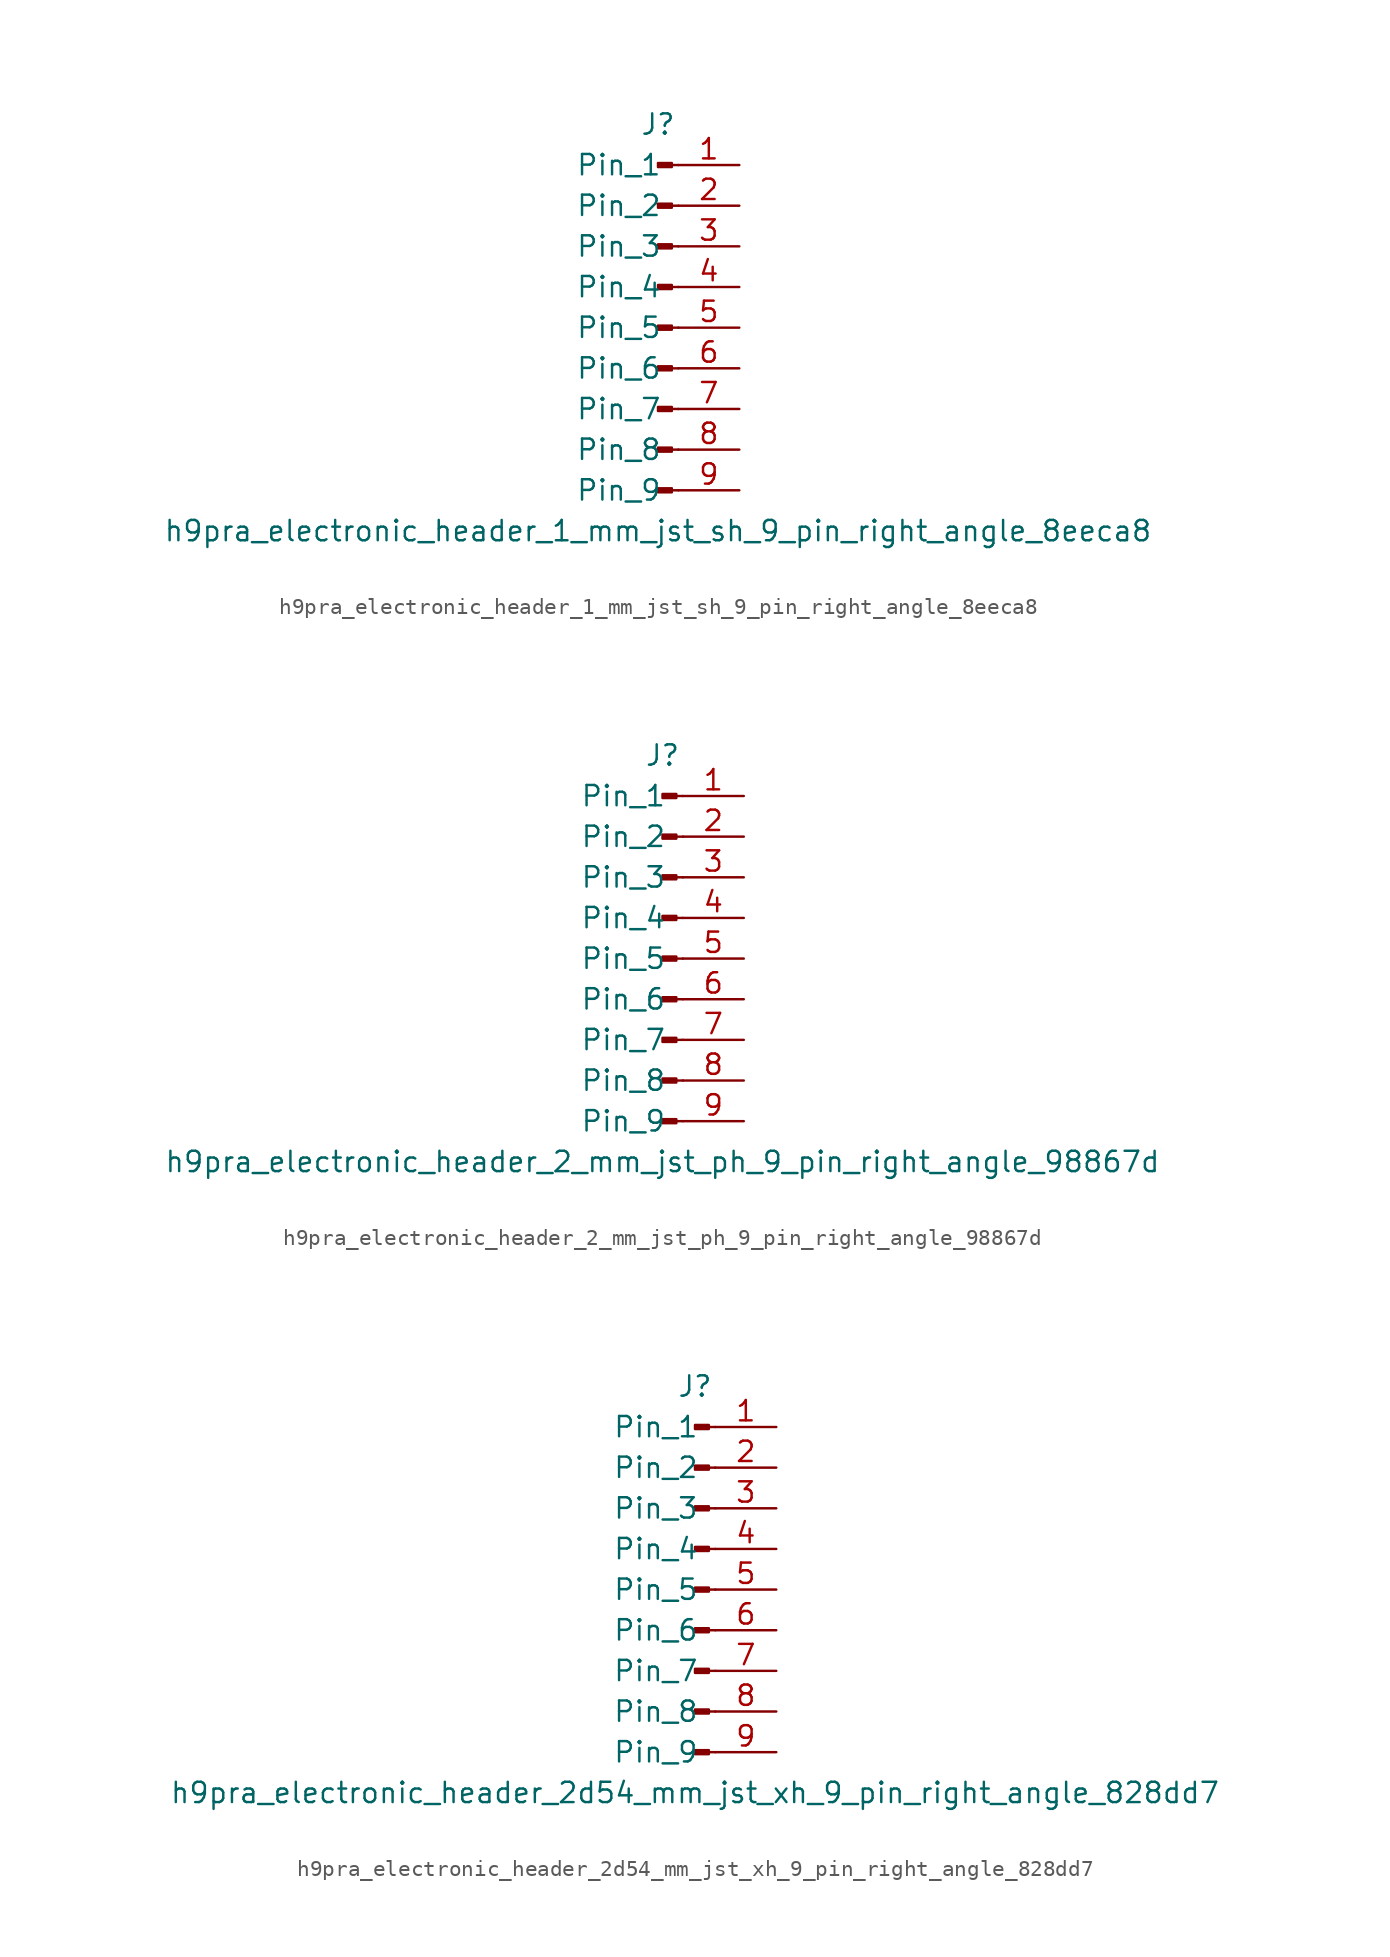
<source format=kicad_sym>
(kicad_symbol_lib
  (version 20220914)
  (generator kicad_symbol_editor)
  (symbol "h9pra_electronic_header_1_mm_jst_sh_9_pin_right_angle_8eeca8"
    (pin_names
      (offset 1.016))
    (property "Reference" "J"
      (at 0 12.7 0)
      (effects (font (size 1.27 1.27))))
    (property "Value" "h9pra_electronic_header_1_mm_jst_sh_9_pin_right_angle_8eeca8"
      (at 0 -12.7 0)
      (effects (font (size 1.27 1.27))))
    (property "ki_locked" ""
      (at 0 0 0)
      (effects (font (size 1.27 1.27))))
    (symbol "h9pra_electronic_header_1_mm_jst_sh_9_pin_right_angle_8eeca8_1_1"
      (polyline (pts (xy 1.27 -10.16) (xy 0.864 -10.16)) (stroke (width 0.152) (type default)) (fill (type none)))
      (polyline (pts (xy 1.27 -7.62) (xy 0.864 -7.62)) (stroke (width 0.152) (type default)) (fill (type none)))
      (polyline (pts (xy 1.27 -5.08) (xy 0.864 -5.08)) (stroke (width 0.152) (type default)) (fill (type none)))
      (polyline (pts (xy 1.27 -2.54) (xy 0.864 -2.54)) (stroke (width 0.152) (type default)) (fill (type none)))
      (polyline (pts (xy 1.27 0) (xy 0.864 0)) (stroke (width 0.152) (type default)) (fill (type none)))
      (polyline (pts (xy 1.27 2.54) (xy 0.864 2.54)) (stroke (width 0.152) (type default)) (fill (type none)))
      (polyline (pts (xy 1.27 5.08) (xy 0.864 5.08)) (stroke (width 0.152) (type default)) (fill (type none)))
      (polyline (pts (xy 1.27 7.62) (xy 0.864 7.62)) (stroke (width 0.152) (type default)) (fill (type none)))
      (polyline (pts (xy 1.27 10.16) (xy 0.864 10.16)) (stroke (width 0.152) (type default)) (fill (type none)))
      (rectangle (start 0.864 -10.033) (end 0 -10.287) (stroke (width 0.152) (type default)) (fill (type outline)))
      (rectangle (start 0.864 -7.493) (end 0 -7.747) (stroke (width 0.152) (type default)) (fill (type outline)))
      (rectangle (start 0.864 -4.953) (end 0 -5.207) (stroke (width 0.152) (type default)) (fill (type outline)))
      (rectangle (start 0.864 -2.413) (end 0 -2.667) (stroke (width 0.152) (type default)) (fill (type outline)))
      (rectangle (start 0.864 0.127) (end 0 -0.127) (stroke (width 0.152) (type default)) (fill (type outline)))
      (rectangle (start 0.864 2.667) (end 0 2.413) (stroke (width 0.152) (type default)) (fill (type outline)))
      (rectangle (start 0.864 5.207) (end 0 4.953) (stroke (width 0.152) (type default)) (fill (type outline)))
      (rectangle (start 0.864 7.747) (end 0 7.493) (stroke (width 0.152) (type default)) (fill (type outline)))
      (rectangle (start 0.864 10.287) (end 0 10.033) (stroke (width 0.152) (type default)) (fill (type outline)))
      (pin passive line (at 5.08 10.16 180) (length 3.81) (name "Pin_1" (effects (font (size 1.27 1.27)))) (number "1" (effects (font (size 1.27 1.27)))))
      (pin passive line (at 5.08 7.62 180) (length 3.81) (name "Pin_2" (effects (font (size 1.27 1.27)))) (number "2" (effects (font (size 1.27 1.27)))))
      (pin passive line (at 5.08 5.08 180) (length 3.81) (name "Pin_3" (effects (font (size 1.27 1.27)))) (number "3" (effects (font (size 1.27 1.27)))))
      (pin passive line (at 5.08 2.54 180) (length 3.81) (name "Pin_4" (effects (font (size 1.27 1.27)))) (number "4" (effects (font (size 1.27 1.27)))))
      (pin passive line (at 5.08 0 180) (length 3.81) (name "Pin_5" (effects (font (size 1.27 1.27)))) (number "5" (effects (font (size 1.27 1.27)))))
      (pin passive line (at 5.08 -2.54 180) (length 3.81) (name "Pin_6" (effects (font (size 1.27 1.27)))) (number "6" (effects (font (size 1.27 1.27)))))
      (pin passive line (at 5.08 -5.08 180) (length 3.81) (name "Pin_7" (effects (font (size 1.27 1.27)))) (number "7" (effects (font (size 1.27 1.27)))))
      (pin passive line (at 5.08 -7.62 180) (length 3.81) (name "Pin_8" (effects (font (size 1.27 1.27)))) (number "8" (effects (font (size 1.27 1.27)))))
      (pin passive line (at 5.08 -10.16 180) (length 3.81) (name "Pin_9" (effects (font (size 1.27 1.27)))) (number "9" (effects (font (size 1.27 1.27)))))))
  (symbol "h9pra_electronic_header_2_mm_jst_ph_9_pin_right_angle_98867d"
    (pin_names
      (offset 1.016))
    (property "Reference" "J"
      (at 0 12.7 0)
      (effects (font (size 1.27 1.27))))
    (property "Value" "h9pra_electronic_header_2_mm_jst_ph_9_pin_right_angle_98867d"
      (at 0 -12.7 0)
      (effects (font (size 1.27 1.27))))
    (property "ki_locked" ""
      (at 0 0 0)
      (effects (font (size 1.27 1.27))))
    (symbol "h9pra_electronic_header_2_mm_jst_ph_9_pin_right_angle_98867d_1_1"
      (polyline (pts (xy 1.27 -10.16) (xy 0.864 -10.16)) (stroke (width 0.152) (type default)) (fill (type none)))
      (polyline (pts (xy 1.27 -7.62) (xy 0.864 -7.62)) (stroke (width 0.152) (type default)) (fill (type none)))
      (polyline (pts (xy 1.27 -5.08) (xy 0.864 -5.08)) (stroke (width 0.152) (type default)) (fill (type none)))
      (polyline (pts (xy 1.27 -2.54) (xy 0.864 -2.54)) (stroke (width 0.152) (type default)) (fill (type none)))
      (polyline (pts (xy 1.27 0) (xy 0.864 0)) (stroke (width 0.152) (type default)) (fill (type none)))
      (polyline (pts (xy 1.27 2.54) (xy 0.864 2.54)) (stroke (width 0.152) (type default)) (fill (type none)))
      (polyline (pts (xy 1.27 5.08) (xy 0.864 5.08)) (stroke (width 0.152) (type default)) (fill (type none)))
      (polyline (pts (xy 1.27 7.62) (xy 0.864 7.62)) (stroke (width 0.152) (type default)) (fill (type none)))
      (polyline (pts (xy 1.27 10.16) (xy 0.864 10.16)) (stroke (width 0.152) (type default)) (fill (type none)))
      (rectangle (start 0.864 -10.033) (end 0 -10.287) (stroke (width 0.152) (type default)) (fill (type outline)))
      (rectangle (start 0.864 -7.493) (end 0 -7.747) (stroke (width 0.152) (type default)) (fill (type outline)))
      (rectangle (start 0.864 -4.953) (end 0 -5.207) (stroke (width 0.152) (type default)) (fill (type outline)))
      (rectangle (start 0.864 -2.413) (end 0 -2.667) (stroke (width 0.152) (type default)) (fill (type outline)))
      (rectangle (start 0.864 0.127) (end 0 -0.127) (stroke (width 0.152) (type default)) (fill (type outline)))
      (rectangle (start 0.864 2.667) (end 0 2.413) (stroke (width 0.152) (type default)) (fill (type outline)))
      (rectangle (start 0.864 5.207) (end 0 4.953) (stroke (width 0.152) (type default)) (fill (type outline)))
      (rectangle (start 0.864 7.747) (end 0 7.493) (stroke (width 0.152) (type default)) (fill (type outline)))
      (rectangle (start 0.864 10.287) (end 0 10.033) (stroke (width 0.152) (type default)) (fill (type outline)))
      (pin passive line (at 5.08 10.16 180) (length 3.81) (name "Pin_1" (effects (font (size 1.27 1.27)))) (number "1" (effects (font (size 1.27 1.27)))))
      (pin passive line (at 5.08 7.62 180) (length 3.81) (name "Pin_2" (effects (font (size 1.27 1.27)))) (number "2" (effects (font (size 1.27 1.27)))))
      (pin passive line (at 5.08 5.08 180) (length 3.81) (name "Pin_3" (effects (font (size 1.27 1.27)))) (number "3" (effects (font (size 1.27 1.27)))))
      (pin passive line (at 5.08 2.54 180) (length 3.81) (name "Pin_4" (effects (font (size 1.27 1.27)))) (number "4" (effects (font (size 1.27 1.27)))))
      (pin passive line (at 5.08 0 180) (length 3.81) (name "Pin_5" (effects (font (size 1.27 1.27)))) (number "5" (effects (font (size 1.27 1.27)))))
      (pin passive line (at 5.08 -2.54 180) (length 3.81) (name "Pin_6" (effects (font (size 1.27 1.27)))) (number "6" (effects (font (size 1.27 1.27)))))
      (pin passive line (at 5.08 -5.08 180) (length 3.81) (name "Pin_7" (effects (font (size 1.27 1.27)))) (number "7" (effects (font (size 1.27 1.27)))))
      (pin passive line (at 5.08 -7.62 180) (length 3.81) (name "Pin_8" (effects (font (size 1.27 1.27)))) (number "8" (effects (font (size 1.27 1.27)))))
      (pin passive line (at 5.08 -10.16 180) (length 3.81) (name "Pin_9" (effects (font (size 1.27 1.27)))) (number "9" (effects (font (size 1.27 1.27)))))))
  (symbol "h9pra_electronic_header_2d54_mm_jst_xh_9_pin_right_angle_828dd7"
    (pin_names
      (offset 1.016))
    (property "Reference" "J"
      (at 0 12.7 0)
      (effects (font (size 1.27 1.27))))
    (property "Value" "h9pra_electronic_header_2d54_mm_jst_xh_9_pin_right_angle_828dd7"
      (at 0 -12.7 0)
      (effects (font (size 1.27 1.27))))
    (property "ki_locked" ""
      (at 0 0 0)
      (effects (font (size 1.27 1.27))))
    (symbol "h9pra_electronic_header_2d54_mm_jst_xh_9_pin_right_angle_828dd7_1_1"
      (polyline (pts (xy 1.27 -10.16) (xy 0.864 -10.16)) (stroke (width 0.152) (type default)) (fill (type none)))
      (polyline (pts (xy 1.27 -7.62) (xy 0.864 -7.62)) (stroke (width 0.152) (type default)) (fill (type none)))
      (polyline (pts (xy 1.27 -5.08) (xy 0.864 -5.08)) (stroke (width 0.152) (type default)) (fill (type none)))
      (polyline (pts (xy 1.27 -2.54) (xy 0.864 -2.54)) (stroke (width 0.152) (type default)) (fill (type none)))
      (polyline (pts (xy 1.27 0) (xy 0.864 0)) (stroke (width 0.152) (type default)) (fill (type none)))
      (polyline (pts (xy 1.27 2.54) (xy 0.864 2.54)) (stroke (width 0.152) (type default)) (fill (type none)))
      (polyline (pts (xy 1.27 5.08) (xy 0.864 5.08)) (stroke (width 0.152) (type default)) (fill (type none)))
      (polyline (pts (xy 1.27 7.62) (xy 0.864 7.62)) (stroke (width 0.152) (type default)) (fill (type none)))
      (polyline (pts (xy 1.27 10.16) (xy 0.864 10.16)) (stroke (width 0.152) (type default)) (fill (type none)))
      (rectangle (start 0.864 -10.033) (end 0 -10.287) (stroke (width 0.152) (type default)) (fill (type outline)))
      (rectangle (start 0.864 -7.493) (end 0 -7.747) (stroke (width 0.152) (type default)) (fill (type outline)))
      (rectangle (start 0.864 -4.953) (end 0 -5.207) (stroke (width 0.152) (type default)) (fill (type outline)))
      (rectangle (start 0.864 -2.413) (end 0 -2.667) (stroke (width 0.152) (type default)) (fill (type outline)))
      (rectangle (start 0.864 0.127) (end 0 -0.127) (stroke (width 0.152) (type default)) (fill (type outline)))
      (rectangle (start 0.864 2.667) (end 0 2.413) (stroke (width 0.152) (type default)) (fill (type outline)))
      (rectangle (start 0.864 5.207) (end 0 4.953) (stroke (width 0.152) (type default)) (fill (type outline)))
      (rectangle (start 0.864 7.747) (end 0 7.493) (stroke (width 0.152) (type default)) (fill (type outline)))
      (rectangle (start 0.864 10.287) (end 0 10.033) (stroke (width 0.152) (type default)) (fill (type outline)))
      (pin passive line (at 5.08 10.16 180) (length 3.81) (name "Pin_1" (effects (font (size 1.27 1.27)))) (number "1" (effects (font (size 1.27 1.27)))))
      (pin passive line (at 5.08 7.62 180) (length 3.81) (name "Pin_2" (effects (font (size 1.27 1.27)))) (number "2" (effects (font (size 1.27 1.27)))))
      (pin passive line (at 5.08 5.08 180) (length 3.81) (name "Pin_3" (effects (font (size 1.27 1.27)))) (number "3" (effects (font (size 1.27 1.27)))))
      (pin passive line (at 5.08 2.54 180) (length 3.81) (name "Pin_4" (effects (font (size 1.27 1.27)))) (number "4" (effects (font (size 1.27 1.27)))))
      (pin passive line (at 5.08 0 180) (length 3.81) (name "Pin_5" (effects (font (size 1.27 1.27)))) (number "5" (effects (font (size 1.27 1.27)))))
      (pin passive line (at 5.08 -2.54 180) (length 3.81) (name "Pin_6" (effects (font (size 1.27 1.27)))) (number "6" (effects (font (size 1.27 1.27)))))
      (pin passive line (at 5.08 -5.08 180) (length 3.81) (name "Pin_7" (effects (font (size 1.27 1.27)))) (number "7" (effects (font (size 1.27 1.27)))))
      (pin passive line (at 5.08 -7.62 180) (length 3.81) (name "Pin_8" (effects (font (size 1.27 1.27)))) (number "8" (effects (font (size 1.27 1.27)))))
      (pin passive line (at 5.08 -10.16 180) (length 3.81) (name "Pin_9" (effects (font (size 1.27 1.27)))) (number "9" (effects (font (size 1.27 1.27))))))))
</source>
